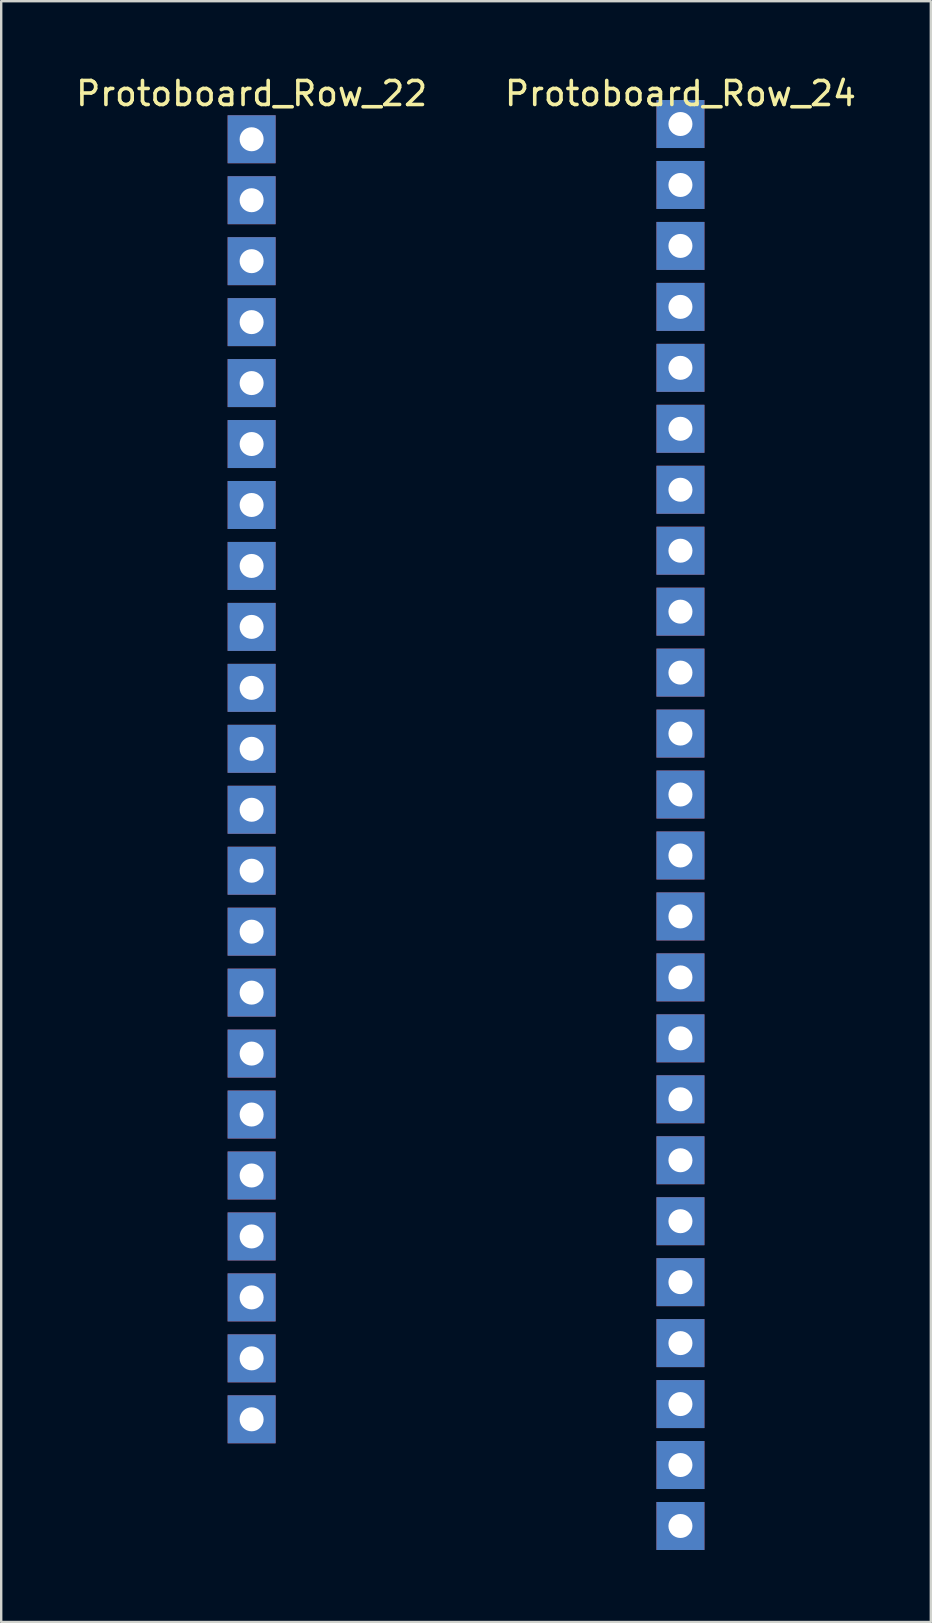
<source format=kicad_pcb>
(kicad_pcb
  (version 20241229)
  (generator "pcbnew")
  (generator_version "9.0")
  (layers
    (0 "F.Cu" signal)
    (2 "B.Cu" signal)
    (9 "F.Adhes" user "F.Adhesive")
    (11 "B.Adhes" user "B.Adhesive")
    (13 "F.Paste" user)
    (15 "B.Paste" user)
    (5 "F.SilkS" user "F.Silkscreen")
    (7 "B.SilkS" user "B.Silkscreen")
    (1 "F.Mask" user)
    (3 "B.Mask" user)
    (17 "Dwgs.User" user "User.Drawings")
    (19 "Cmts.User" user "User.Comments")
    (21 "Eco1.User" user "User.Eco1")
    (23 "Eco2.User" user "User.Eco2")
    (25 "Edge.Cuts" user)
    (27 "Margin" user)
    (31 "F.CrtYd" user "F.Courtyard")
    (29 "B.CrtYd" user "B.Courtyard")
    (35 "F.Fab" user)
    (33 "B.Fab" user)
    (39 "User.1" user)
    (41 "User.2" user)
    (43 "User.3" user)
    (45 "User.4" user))
  (footprint "Protoboard_Row_24"
    (layer "F.Cu")
    (at 25.304 2.118)
    (property "Reference" "Protoboard_Row_24" (at 0 -1.27 0) (layer "F.SilkS") (effects (font (size 1 1) (thickness 0.15))))
    (attr through_hole)
    (pad "1" thru_hole rect (at 0 0) (size 2 2) (drill 1) (layers "*.Cu" "*.Mask"))
    (pad "2" thru_hole rect (at 0 2.54) (size 2 2) (drill 1) (layers "*.Cu" "*.Mask"))
    (pad "3" thru_hole rect (at 0 5.08) (size 2 2) (drill 1) (layers "*.Cu" "*.Mask"))
    (pad "4" thru_hole rect (at 0 7.62) (size 2 2) (drill 1) (layers "*.Cu" "*.Mask"))
    (pad "5" thru_hole rect (at 0 10.16) (size 2 2) (drill 1) (layers "*.Cu" "*.Mask"))
    (pad "6" thru_hole rect (at 0 12.7) (size 2 2) (drill 1) (layers "*.Cu" "*.Mask"))
    (pad "7" thru_hole rect (at 0 15.24) (size 2 2) (drill 1) (layers "*.Cu" "*.Mask"))
    (pad "8" thru_hole rect (at 0 17.78) (size 2 2) (drill 1) (layers "*.Cu" "*.Mask"))
    (pad "9" thru_hole rect (at 0 20.32) (size 2 2) (drill 1) (layers "*.Cu" "*.Mask"))
    (pad "10" thru_hole rect (at 0 22.86) (size 2 2) (drill 1) (layers "*.Cu" "*.Mask"))
    (pad "11" thru_hole rect (at 0 25.4) (size 2 2) (drill 1) (layers "*.Cu" "*.Mask"))
    (pad "12" thru_hole rect (at 0 27.94) (size 2 2) (drill 1) (layers "*.Cu" "*.Mask"))
    (pad "13" thru_hole rect (at 0 30.48) (size 2 2) (drill 1) (layers "*.Cu" "*.Mask"))
    (pad "14" thru_hole rect (at 0 33.02) (size 2 2) (drill 1) (layers "*.Cu" "*.Mask"))
    (pad "15" thru_hole rect (at 0 35.56) (size 2 2) (drill 1) (layers "*.Cu" "*.Mask"))
    (pad "16" thru_hole rect (at 0 38.1) (size 2 2) (drill 1) (layers "*.Cu" "*.Mask"))
    (pad "17" thru_hole rect (at 0 40.64) (size 2 2) (drill 1) (layers "*.Cu" "*.Mask"))
    (pad "18" thru_hole rect (at 0 43.18) (size 2 2) (drill 1) (layers "*.Cu" "*.Mask"))
    (pad "19" thru_hole rect (at 0 45.72) (size 2 2) (drill 1) (layers "*.Cu" "*.Mask"))
    (pad "20" thru_hole rect (at 0 48.26) (size 2 2) (drill 1) (layers "*.Cu" "*.Mask"))
    (pad "21" thru_hole rect (at 0 50.8) (size 2 2) (drill 1) (layers "*.Cu" "*.Mask"))
    (pad "22" thru_hole rect (at 0 53.34) (size 2 2) (drill 1) (layers "*.Cu" "*.Mask"))
    (pad "23" thru_hole rect (at 0 55.88) (size 2 2) (drill 1) (layers "*.Cu" "*.Mask"))
    (pad "24" thru_hole rect (at 0 58.42) (size 2 2) (drill 1) (layers "*.Cu" "*.Mask")))
  (footprint "Protoboard_Row_22"
    (layer "F.Cu")
    (at 7.435 2.753)
    (property "Reference" "Protoboard_Row_22" (at 0 -1.905 0) (layer "F.SilkS") (effects (font (size 1 1) (thickness 0.15))))
    (attr through_hole)
    (pad "1" thru_hole rect (at 0 0) (size 2 2) (drill 1) (layers "*.Cu" "*.Mask"))
    (pad "2" thru_hole rect (at 0 2.54) (size 2 2) (drill 1) (layers "*.Cu" "*.Mask"))
    (pad "3" thru_hole rect (at 0 5.08) (size 2 2) (drill 1) (layers "*.Cu" "*.Mask"))
    (pad "4" thru_hole rect (at 0 7.62) (size 2 2) (drill 1) (layers "*.Cu" "*.Mask"))
    (pad "5" thru_hole rect (at 0 10.16) (size 2 2) (drill 1) (layers "*.Cu" "*.Mask"))
    (pad "6" thru_hole rect (at 0 12.7) (size 2 2) (drill 1) (layers "*.Cu" "*.Mask"))
    (pad "7" thru_hole rect (at 0 15.24) (size 2 2) (drill 1) (layers "*.Cu" "*.Mask"))
    (pad "8" thru_hole rect (at 0 17.78) (size 2 2) (drill 1) (layers "*.Cu" "*.Mask"))
    (pad "9" thru_hole rect (at 0 20.32) (size 2 2) (drill 1) (layers "*.Cu" "*.Mask"))
    (pad "10" thru_hole rect (at 0 22.86) (size 2 2) (drill 1) (layers "*.Cu" "*.Mask"))
    (pad "11" thru_hole rect (at 0 25.4) (size 2 2) (drill 1) (layers "*.Cu" "*.Mask"))
    (pad "12" thru_hole rect (at 0 27.94) (size 2 2) (drill 1) (layers "*.Cu" "*.Mask"))
    (pad "13" thru_hole rect (at 0 30.48) (size 2 2) (drill 1) (layers "*.Cu" "*.Mask"))
    (pad "14" thru_hole rect (at 0 33.02) (size 2 2) (drill 1) (layers "*.Cu" "*.Mask"))
    (pad "15" thru_hole rect (at 0 35.56) (size 2 2) (drill 1) (layers "*.Cu" "*.Mask"))
    (pad "16" thru_hole rect (at 0 38.1) (size 2 2) (drill 1) (layers "*.Cu" "*.Mask"))
    (pad "17" thru_hole rect (at 0 40.64) (size 2 2) (drill 1) (layers "*.Cu" "*.Mask"))
    (pad "18" thru_hole rect (at 0 43.18) (size 2 2) (drill 1) (layers "*.Cu" "*.Mask"))
    (pad "19" thru_hole rect (at 0 45.72) (size 2 2) (drill 1) (layers "*.Cu" "*.Mask"))
    (pad "20" thru_hole rect (at 0 48.26) (size 2 2) (drill 1) (layers "*.Cu" "*.Mask"))
    (pad "21" thru_hole rect (at 0 50.8) (size 2 2) (drill 1) (layers "*.Cu" "*.Mask"))
    (pad "22" thru_hole rect (at 0 53.34) (size 2 2) (drill 1) (layers "*.Cu" "*.Mask")))
  (gr_rect
    (start -3 -3)
    (end 35.738 64.538)
    (stroke (width 0.1) (type default))
    (fill no)
    (layer "Edge.Cuts")))
</source>
